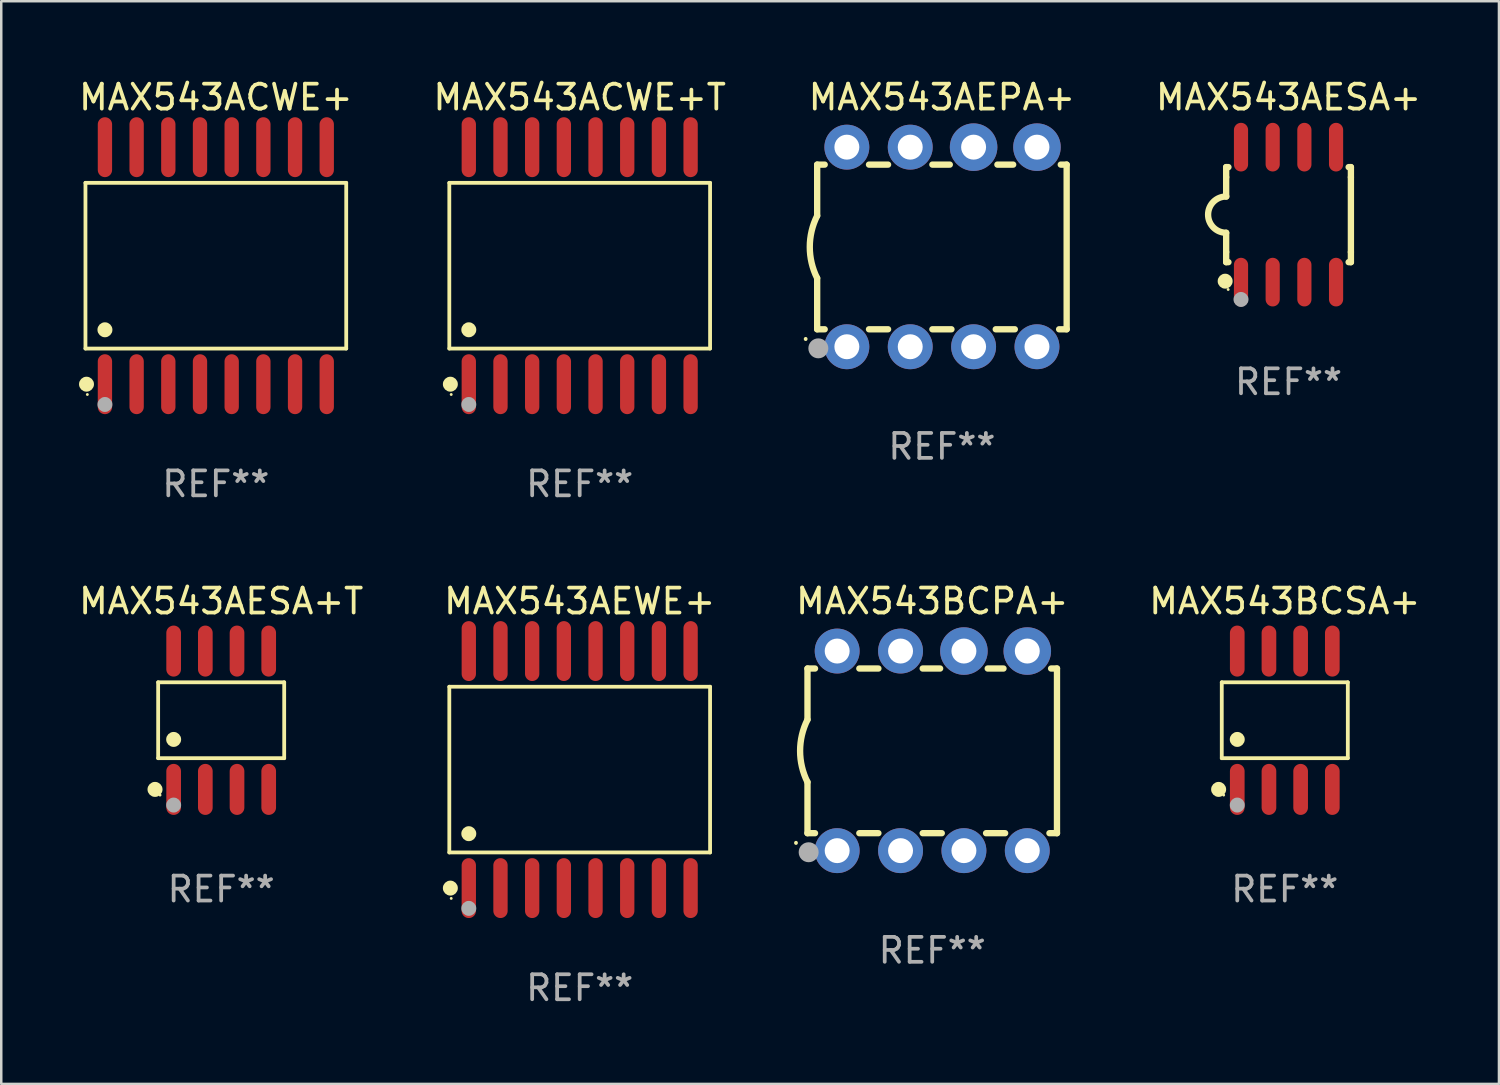
<source format=kicad_pcb>
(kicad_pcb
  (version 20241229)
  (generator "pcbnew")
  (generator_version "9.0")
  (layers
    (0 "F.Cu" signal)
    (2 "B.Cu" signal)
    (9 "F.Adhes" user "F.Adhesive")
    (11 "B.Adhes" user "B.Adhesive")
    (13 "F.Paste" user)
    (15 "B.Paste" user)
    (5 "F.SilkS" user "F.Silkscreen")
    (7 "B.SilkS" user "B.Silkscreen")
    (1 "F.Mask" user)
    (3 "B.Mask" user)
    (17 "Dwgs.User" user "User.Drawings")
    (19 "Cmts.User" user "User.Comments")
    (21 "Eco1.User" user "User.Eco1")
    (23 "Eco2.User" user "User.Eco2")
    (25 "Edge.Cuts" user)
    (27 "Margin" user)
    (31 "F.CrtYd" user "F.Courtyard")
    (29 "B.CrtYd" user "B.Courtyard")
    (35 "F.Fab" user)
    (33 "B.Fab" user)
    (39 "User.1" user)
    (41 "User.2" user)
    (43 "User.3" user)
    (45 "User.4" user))
  (footprint "MAX543ACWE+"
    (layer "F.Cu")
    (at 5.601 7.599)
    (property "Reference" "MAX543ACWE+" (at 0 -6.75 0) (layer "F.SilkS") (effects (font (size 1 1) (thickness 0.15))))
    (attr through_hole)
    (fp_line (start -5.226 -3.321) (end 5.226 -3.321) (stroke (width 0.152) (type solid)) (layer "F.SilkS"))
    (fp_line (start -5.226 3.321) (end -5.226 -3.321) (stroke (width 0.152) (type solid)) (layer "F.SilkS"))
    (fp_line (start 5.226 -3.321) (end 5.226 3.321) (stroke (width 0.152) (type solid)) (layer "F.SilkS"))
    (fp_line (start 5.226 3.321) (end -5.226 3.321) (stroke (width 0.152) (type solid)) (layer "F.SilkS"))
    (fp_circle (center -5.184 4.75) (end -5.034 4.75) (stroke (width 0.3) (type solid)) (fill no) (layer "F.SilkS"))
    (fp_circle (center -5.15 5.163) (end -5.12 5.163) (stroke (width 0.06) (type solid)) (fill no) (layer "F.SilkS"))
    (fp_circle (center -4.445 2.569) (end -4.295 2.569) (stroke (width 0.3) (type solid)) (fill no) (layer "F.SilkS"))
    (fp_circle (center -4.445 5.563) (end -4.295 5.563) (stroke (width 0.3) (type solid)) (fill no) (layer "F.Fab"))
    (fp_text user "REF**" (at 0 8.75 0) (layer "F.Fab") (effects (font (size 1 1) (thickness 0.15))))
    (pad "1" smd oval (at -4.445 4.75) (size 0.574 2.401) (layers "F.Cu" "F.Mask" "F.Paste"))
    (pad "2" smd oval (at -3.175 4.75) (size 0.574 2.401) (layers "F.Cu" "F.Mask" "F.Paste"))
    (pad "3" smd oval (at -1.905 4.75) (size 0.574 2.401) (layers "F.Cu" "F.Mask" "F.Paste"))
    (pad "4" smd oval (at -0.635 4.75) (size 0.574 2.401) (layers "F.Cu" "F.Mask" "F.Paste"))
    (pad "5" smd oval (at 0.635 4.75) (size 0.574 2.401) (layers "F.Cu" "F.Mask" "F.Paste"))
    (pad "6" smd oval (at 1.905 4.75) (size 0.574 2.401) (layers "F.Cu" "F.Mask" "F.Paste"))
    (pad "7" smd oval (at 3.175 4.75) (size 0.574 2.401) (layers "F.Cu" "F.Mask" "F.Paste"))
    (pad "8" smd oval (at 4.445 4.75) (size 0.574 2.401) (layers "F.Cu" "F.Mask" "F.Paste"))
    (pad "9" smd oval (at 4.445 -4.75) (size 0.574 2.401) (layers "F.Cu" "F.Mask" "F.Paste"))
    (pad "10" smd oval (at 3.175 -4.75) (size 0.574 2.401) (layers "F.Cu" "F.Mask" "F.Paste"))
    (pad "11" smd oval (at 1.905 -4.75) (size 0.574 2.401) (layers "F.Cu" "F.Mask" "F.Paste"))
    (pad "12" smd oval (at 0.635 -4.75) (size 0.574 2.401) (layers "F.Cu" "F.Mask" "F.Paste"))
    (pad "13" smd oval (at -0.635 -4.75) (size 0.574 2.401) (layers "F.Cu" "F.Mask" "F.Paste"))
    (pad "14" smd oval (at -1.905 -4.75) (size 0.574 2.401) (layers "F.Cu" "F.Mask" "F.Paste"))
    (pad "15" smd oval (at -3.175 -4.75) (size 0.574 2.401) (layers "F.Cu" "F.Mask" "F.Paste"))
    (pad "16" smd oval (at -4.445 -4.75) (size 0.574 2.401) (layers "F.Cu" "F.Mask" "F.Paste")))
  (footprint "MAX543AESA+"
    (layer "F.Cu")
    (at 48.596 5.553)
    (property "Reference" "MAX543AESA+" (at 0 -4.705 0) (layer "F.SilkS") (effects (font (size 1 1) (thickness 0.15))))
    (attr through_hole)
    (fp_line (start -2.5 -1.905) (end -2.409 -1.905) (stroke (width 0.254) (type solid)) (layer "F.SilkS"))
    (fp_line (start -2.5 -1.5) (end -2.5 -1.905) (stroke (width 0.254) (type solid)) (layer "F.SilkS"))
    (fp_line (start -2.5 -1.5) (end -2.5 -0.726) (stroke (width 0.254) (type solid)) (layer "F.SilkS"))
    (fp_line (start -2.5 1.5) (end -2.5 0.727) (stroke (width 0.254) (type solid)) (layer "F.SilkS"))
    (fp_line (start -2.5 1.5) (end -2.5 1.905) (stroke (width 0.254) (type solid)) (layer "F.SilkS"))
    (fp_line (start -2.5 1.905) (end -2.409 1.905) (stroke (width 0.254) (type solid)) (layer "F.SilkS"))
    (fp_line (start 2.5 -1.905) (end 2.409 -1.905) (stroke (width 0.254) (type solid)) (layer "F.SilkS"))
    (fp_line (start 2.5 -1.5) (end 2.5 -1.905) (stroke (width 0.254) (type solid)) (layer "F.SilkS"))
    (fp_line (start 2.5 -1.5) (end 2.5 1.5) (stroke (width 0.254) (type solid)) (layer "F.SilkS"))
    (fp_line (start 2.5 1.5) (end 2.5 1.905) (stroke (width 0.254) (type solid)) (layer "F.SilkS"))
    (fp_line (start 2.5 1.905) (end 2.409 1.905) (stroke (width 0.254) (type solid)) (layer "F.SilkS"))
    (fp_arc (start -2.5 0.726568) (mid -3.220316 -0.0023) (end -2.495097 -0.726289) (stroke (width 0.254001) (type solid)) (layer "F.SilkS"))
    (fp_circle (center -2.54 2.667) (end -2.39 2.667) (stroke (width 0.3) (type solid)) (fill no) (layer "F.SilkS"))
    (fp_circle (center -2.42 3) (end -2.39 3) (stroke (width 0.06) (type solid)) (fill no) (layer "F.SilkS"))
    (fp_circle (center -1.905 3.4) (end -1.755 3.4) (stroke (width 0.3) (type solid)) (fill no) (layer "F.Fab"))
    (fp_text user "REF**" (at 0 6.705 0) (layer "F.Fab") (effects (font (size 1 1) (thickness 0.15))))
    (pad "1" smd oval (at -1.905 2.705) (size 0.568 1.95) (layers "F.Cu" "F.Mask" "F.Paste"))
    (pad "2" smd oval (at -0.635 2.705) (size 0.568 1.95) (layers "F.Cu" "F.Mask" "F.Paste"))
    (pad "3" smd oval (at 0.635 2.705) (size 0.568 1.95) (layers "F.Cu" "F.Mask" "F.Paste"))
    (pad "4" smd oval (at 1.905 2.705) (size 0.568 1.95) (layers "F.Cu" "F.Mask" "F.Paste"))
    (pad "5" smd oval (at 1.905 -2.705) (size 0.568 1.95) (layers "F.Cu" "F.Mask" "F.Paste"))
    (pad "6" smd oval (at 0.635 -2.705) (size 0.568 1.95) (layers "F.Cu" "F.Mask" "F.Paste"))
    (pad "7" smd oval (at -0.635 -2.705) (size 0.568 1.95) (layers "F.Cu" "F.Mask" "F.Paste"))
    (pad "8" smd oval (at -1.905 -2.705) (size 0.568 1.95) (layers "F.Cu" "F.Mask" "F.Paste")))
  (footprint "MAX543ACWE+T"
    (layer "F.Cu")
    (at 20.185 7.599)
    (property "Reference" "MAX543ACWE+T" (at 0 -6.75 0) (layer "F.SilkS") (effects (font (size 1 1) (thickness 0.15))))
    (attr through_hole)
    (fp_line (start -5.226 -3.321) (end 5.226 -3.321) (stroke (width 0.152) (type solid)) (layer "F.SilkS"))
    (fp_line (start -5.226 3.321) (end -5.226 -3.321) (stroke (width 0.152) (type solid)) (layer "F.SilkS"))
    (fp_line (start 5.226 -3.321) (end 5.226 3.321) (stroke (width 0.152) (type solid)) (layer "F.SilkS"))
    (fp_line (start 5.226 3.321) (end -5.226 3.321) (stroke (width 0.152) (type solid)) (layer "F.SilkS"))
    (fp_circle (center -5.184 4.75) (end -5.034 4.75) (stroke (width 0.3) (type solid)) (fill no) (layer "F.SilkS"))
    (fp_circle (center -5.15 5.163) (end -5.12 5.163) (stroke (width 0.06) (type solid)) (fill no) (layer "F.SilkS"))
    (fp_circle (center -4.445 2.569) (end -4.295 2.569) (stroke (width 0.3) (type solid)) (fill no) (layer "F.SilkS"))
    (fp_circle (center -4.445 5.563) (end -4.295 5.563) (stroke (width 0.3) (type solid)) (fill no) (layer "F.Fab"))
    (fp_text user "REF**" (at 0 8.75 0) (layer "F.Fab") (effects (font (size 1 1) (thickness 0.15))))
    (pad "1" smd oval (at -4.445 4.75) (size 0.574 2.401) (layers "F.Cu" "F.Mask" "F.Paste"))
    (pad "2" smd oval (at -3.175 4.75) (size 0.574 2.401) (layers "F.Cu" "F.Mask" "F.Paste"))
    (pad "3" smd oval (at -1.905 4.75) (size 0.574 2.401) (layers "F.Cu" "F.Mask" "F.Paste"))
    (pad "4" smd oval (at -0.635 4.75) (size 0.574 2.401) (layers "F.Cu" "F.Mask" "F.Paste"))
    (pad "5" smd oval (at 0.635 4.75) (size 0.574 2.401) (layers "F.Cu" "F.Mask" "F.Paste"))
    (pad "6" smd oval (at 1.905 4.75) (size 0.574 2.401) (layers "F.Cu" "F.Mask" "F.Paste"))
    (pad "7" smd oval (at 3.175 4.75) (size 0.574 2.401) (layers "F.Cu" "F.Mask" "F.Paste"))
    (pad "8" smd oval (at 4.445 4.75) (size 0.574 2.401) (layers "F.Cu" "F.Mask" "F.Paste"))
    (pad "9" smd oval (at 4.445 -4.75) (size 0.574 2.401) (layers "F.Cu" "F.Mask" "F.Paste"))
    (pad "10" smd oval (at 3.175 -4.75) (size 0.574 2.401) (layers "F.Cu" "F.Mask" "F.Paste"))
    (pad "11" smd oval (at 1.905 -4.75) (size 0.574 2.401) (layers "F.Cu" "F.Mask" "F.Paste"))
    (pad "12" smd oval (at 0.635 -4.75) (size 0.574 2.401) (layers "F.Cu" "F.Mask" "F.Paste"))
    (pad "13" smd oval (at -0.635 -4.75) (size 0.574 2.401) (layers "F.Cu" "F.Mask" "F.Paste"))
    (pad "14" smd oval (at -1.905 -4.75) (size 0.574 2.401) (layers "F.Cu" "F.Mask" "F.Paste"))
    (pad "15" smd oval (at -3.175 -4.75) (size 0.574 2.401) (layers "F.Cu" "F.Mask" "F.Paste"))
    (pad "16" smd oval (at -4.445 -4.75) (size 0.574 2.401) (layers "F.Cu" "F.Mask" "F.Paste")))
  (footprint "MAX543AEWE+"
    (layer "F.Cu")
    (at 20.185 27.796)
    (property "Reference" "MAX543AEWE+" (at 0 -6.75 0) (layer "F.SilkS") (effects (font (size 1 1) (thickness 0.15))))
    (attr through_hole)
    (fp_line (start -5.226 -3.321) (end 5.226 -3.321) (stroke (width 0.152) (type solid)) (layer "F.SilkS"))
    (fp_line (start -5.226 3.321) (end -5.226 -3.321) (stroke (width 0.152) (type solid)) (layer "F.SilkS"))
    (fp_line (start 5.226 -3.321) (end 5.226 3.321) (stroke (width 0.152) (type solid)) (layer "F.SilkS"))
    (fp_line (start 5.226 3.321) (end -5.226 3.321) (stroke (width 0.152) (type solid)) (layer "F.SilkS"))
    (fp_circle (center -5.184 4.75) (end -5.034 4.75) (stroke (width 0.3) (type solid)) (fill no) (layer "F.SilkS"))
    (fp_circle (center -5.15 5.163) (end -5.12 5.163) (stroke (width 0.06) (type solid)) (fill no) (layer "F.SilkS"))
    (fp_circle (center -4.445 2.569) (end -4.295 2.569) (stroke (width 0.3) (type solid)) (fill no) (layer "F.SilkS"))
    (fp_circle (center -4.445 5.563) (end -4.295 5.563) (stroke (width 0.3) (type solid)) (fill no) (layer "F.Fab"))
    (fp_text user "REF**" (at 0 8.75 0) (layer "F.Fab") (effects (font (size 1 1) (thickness 0.15))))
    (pad "1" smd oval (at -4.445 4.75) (size 0.574 2.401) (layers "F.Cu" "F.Mask" "F.Paste"))
    (pad "2" smd oval (at -3.175 4.75) (size 0.574 2.401) (layers "F.Cu" "F.Mask" "F.Paste"))
    (pad "3" smd oval (at -1.905 4.75) (size 0.574 2.401) (layers "F.Cu" "F.Mask" "F.Paste"))
    (pad "4" smd oval (at -0.635 4.75) (size 0.574 2.401) (layers "F.Cu" "F.Mask" "F.Paste"))
    (pad "5" smd oval (at 0.635 4.75) (size 0.574 2.401) (layers "F.Cu" "F.Mask" "F.Paste"))
    (pad "6" smd oval (at 1.905 4.75) (size 0.574 2.401) (layers "F.Cu" "F.Mask" "F.Paste"))
    (pad "7" smd oval (at 3.175 4.75) (size 0.574 2.401) (layers "F.Cu" "F.Mask" "F.Paste"))
    (pad "8" smd oval (at 4.445 4.75) (size 0.574 2.401) (layers "F.Cu" "F.Mask" "F.Paste"))
    (pad "9" smd oval (at 4.445 -4.75) (size 0.574 2.401) (layers "F.Cu" "F.Mask" "F.Paste"))
    (pad "10" smd oval (at 3.175 -4.75) (size 0.574 2.401) (layers "F.Cu" "F.Mask" "F.Paste"))
    (pad "11" smd oval (at 1.905 -4.75) (size 0.574 2.401) (layers "F.Cu" "F.Mask" "F.Paste"))
    (pad "12" smd oval (at 0.635 -4.75) (size 0.574 2.401) (layers "F.Cu" "F.Mask" "F.Paste"))
    (pad "13" smd oval (at -0.635 -4.75) (size 0.574 2.401) (layers "F.Cu" "F.Mask" "F.Paste"))
    (pad "14" smd oval (at -1.905 -4.75) (size 0.574 2.401) (layers "F.Cu" "F.Mask" "F.Paste"))
    (pad "15" smd oval (at -3.175 -4.75) (size 0.574 2.401) (layers "F.Cu" "F.Mask" "F.Paste"))
    (pad "16" smd oval (at -4.445 -4.75) (size 0.574 2.401) (layers "F.Cu" "F.Mask" "F.Paste")))
  (footprint "MAX543AEPA+"
    (layer "F.Cu")
    (at 34.703 6.848)
    (property "Reference" "MAX543AEPA+" (at 0 -6 0) (layer "F.SilkS") (effects (font (size 1 1) (thickness 0.15))))
    (attr through_hole)
    (fp_line (start -5 -3.3) (end -5 -1.25) (stroke (width 0.254) (type solid)) (layer "F.SilkS"))
    (fp_line (start -5 -3.3) (end -4.698 -3.3) (stroke (width 0.254) (type solid)) (layer "F.SilkS"))
    (fp_line (start -5 3.3) (end -5 1.25) (stroke (width 0.254) (type solid)) (layer "F.SilkS"))
    (fp_line (start -5 3.3) (end -4.698 3.3) (stroke (width 0.254) (type solid)) (layer "F.SilkS"))
    (fp_line (start -2.922 -3.3) (end -2.158 -3.3) (stroke (width 0.254) (type solid)) (layer "F.SilkS"))
    (fp_line (start -2.922 3.3) (end -2.158 3.3) (stroke (width 0.254) (type solid)) (layer "F.SilkS"))
    (fp_line (start -0.382 -3.3) (end 0.316 -3.3) (stroke (width 0.254) (type solid)) (layer "F.SilkS"))
    (fp_line (start -0.382 3.3) (end 0.382 3.3) (stroke (width 0.254) (type solid)) (layer "F.SilkS"))
    (fp_line (start 2.158 3.3) (end 2.922 3.3) (stroke (width 0.254) (type solid)) (layer "F.SilkS"))
    (fp_line (start 2.224 -3.3) (end 2.856 -3.3) (stroke (width 0.254) (type solid)) (layer "F.SilkS"))
    (fp_line (start 4.698 3.3) (end 5 3.3) (stroke (width 0.254) (type solid)) (layer "F.SilkS"))
    (fp_line (start 4.764 -3.3) (end 5 -3.3) (stroke (width 0.254) (type solid)) (layer "F.SilkS"))
    (fp_line (start 5 -3.3) (end 5 3.3) (stroke (width 0.254) (type solid)) (layer "F.SilkS"))
    (fp_arc (start -5.46124 3.694259) (mid -5.461175 3.688632) (end -5.460986 3.683007) (stroke (width 0.149987) (type solid)) (layer "F.SilkS"))
    (fp_arc (start -5.00127 1.249682) (mid -5.295892 -0.000313) (end -5.000025 -1.250013) (stroke (width 0.254001) (type solid)) (layer "F.SilkS"))
    (fp_circle (center -4.795 4.237) (end -4.765 4.237) (stroke (width 0.06) (type solid)) (fill no) (layer "F.SilkS"))
    (fp_circle (center -4.953 4.064) (end -4.753 4.064) (stroke (width 0.4) (type solid)) (fill no) (layer "F.Fab"))
    (fp_text user "REF**" (at 0 8 0) (layer "F.Fab") (effects (font (size 1 1) (thickness 0.15))))
    (pad "1" thru_hole circle (at -3.81 4) (size 1.8 1.8) (drill 1) (layers "*.Cu" "*.Mask"))
    (pad "2" thru_hole circle (at -1.27 4) (size 1.8 1.8) (drill 1) (layers "*.Cu" "*.Mask"))
    (pad "3" thru_hole circle (at 1.27 4) (size 1.8 1.8) (drill 1) (layers "*.Cu" "*.Mask"))
    (pad "4" thru_hole circle (at 3.81 4) (size 1.8 1.8) (drill 1) (layers "*.Cu" "*.Mask"))
    (pad "5" thru_hole circle (at 3.81 -4) (size 1.905 1.905) (drill 1) (layers "*.Cu" "*.Mask"))
    (pad "6" thru_hole circle (at 1.27 -4) (size 1.905 1.905) (drill 1) (layers "*.Cu" "*.Mask"))
    (pad "7" thru_hole circle (at -1.27 -4) (size 1.8 1.8) (drill 1) (layers "*.Cu" "*.Mask"))
    (pad "8" thru_hole circle (at -3.81 -4) (size 1.8 1.8) (drill 1) (layers "*.Cu" "*.Mask")))
  (footprint "MAX543BCSA+"
    (layer "F.Cu")
    (at 48.446 25.818)
    (property "Reference" "MAX543BCSA+" (at 0 -4.772 0) (layer "F.SilkS") (effects (font (size 1 1) (thickness 0.15))))
    (attr through_hole)
    (fp_line (start -2.526 -1.521) (end 2.526 -1.521) (stroke (width 0.152) (type solid)) (layer "F.SilkS"))
    (fp_line (start -2.526 1.521) (end -2.526 -1.521) (stroke (width 0.152) (type solid)) (layer "F.SilkS"))
    (fp_line (start 2.526 -1.521) (end 2.526 1.521) (stroke (width 0.152) (type solid)) (layer "F.SilkS"))
    (fp_line (start 2.526 1.521) (end -2.526 1.521) (stroke (width 0.152) (type solid)) (layer "F.SilkS"))
    (fp_circle (center -2.652 2.772) (end -2.501 2.772) (stroke (width 0.3) (type solid)) (fill no) (layer "F.SilkS"))
    (fp_circle (center -2.45 3) (end -2.42 3) (stroke (width 0.06) (type solid)) (fill no) (layer "F.SilkS"))
    (fp_circle (center -1.905 0.769) (end -1.755 0.769) (stroke (width 0.3) (type solid)) (fill no) (layer "F.SilkS"))
    (fp_circle (center -1.905 3.4) (end -1.755 3.4) (stroke (width 0.3) (type solid)) (fill no) (layer "F.Fab"))
    (fp_text user "REF**" (at 0 6.772 0) (layer "F.Fab") (effects (font (size 1 1) (thickness 0.15))))
    (pad "1" smd oval (at -1.905 2.772) (size 0.588 2.045) (layers "F.Cu" "F.Mask" "F.Paste"))
    (pad "2" smd oval (at -0.635 2.772) (size 0.588 2.045) (layers "F.Cu" "F.Mask" "F.Paste"))
    (pad "3" smd oval (at 0.635 2.772) (size 0.588 2.045) (layers "F.Cu" "F.Mask" "F.Paste"))
    (pad "4" smd oval (at 1.905 2.772) (size 0.588 2.045) (layers "F.Cu" "F.Mask" "F.Paste"))
    (pad "5" smd oval (at 1.905 -2.772) (size 0.588 2.045) (layers "F.Cu" "F.Mask" "F.Paste"))
    (pad "6" smd oval (at 0.635 -2.772) (size 0.588 2.045) (layers "F.Cu" "F.Mask" "F.Paste"))
    (pad "7" smd oval (at -0.635 -2.772) (size 0.588 2.045) (layers "F.Cu" "F.Mask" "F.Paste"))
    (pad "8" smd oval (at -1.905 -2.772) (size 0.588 2.045) (layers "F.Cu" "F.Mask" "F.Paste")))
  (footprint "MAX543BCPA+"
    (layer "F.Cu")
    (at 34.315 27.045)
    (property "Reference" "MAX543BCPA+" (at 0 -6 0) (layer "F.SilkS") (effects (font (size 1 1) (thickness 0.15))))
    (attr through_hole)
    (fp_line (start -5 -3.3) (end -5 -1.25) (stroke (width 0.254) (type solid)) (layer "F.SilkS"))
    (fp_line (start -5 -3.3) (end -4.698 -3.3) (stroke (width 0.254) (type solid)) (layer "F.SilkS"))
    (fp_line (start -5 3.3) (end -5 1.25) (stroke (width 0.254) (type solid)) (layer "F.SilkS"))
    (fp_line (start -5 3.3) (end -4.698 3.3) (stroke (width 0.254) (type solid)) (layer "F.SilkS"))
    (fp_line (start -2.922 -3.3) (end -2.158 -3.3) (stroke (width 0.254) (type solid)) (layer "F.SilkS"))
    (fp_line (start -2.922 3.3) (end -2.158 3.3) (stroke (width 0.254) (type solid)) (layer "F.SilkS"))
    (fp_line (start -0.382 -3.3) (end 0.316 -3.3) (stroke (width 0.254) (type solid)) (layer "F.SilkS"))
    (fp_line (start -0.382 3.3) (end 0.382 3.3) (stroke (width 0.254) (type solid)) (layer "F.SilkS"))
    (fp_line (start 2.158 3.3) (end 2.922 3.3) (stroke (width 0.254) (type solid)) (layer "F.SilkS"))
    (fp_line (start 2.224 -3.3) (end 2.856 -3.3) (stroke (width 0.254) (type solid)) (layer "F.SilkS"))
    (fp_line (start 4.698 3.3) (end 5 3.3) (stroke (width 0.254) (type solid)) (layer "F.SilkS"))
    (fp_line (start 4.764 -3.3) (end 5 -3.3) (stroke (width 0.254) (type solid)) (layer "F.SilkS"))
    (fp_line (start 5 -3.3) (end 5 3.3) (stroke (width 0.254) (type solid)) (layer "F.SilkS"))
    (fp_arc (start -5.46124 3.694259) (mid -5.461175 3.688632) (end -5.460986 3.683007) (stroke (width 0.149987) (type solid)) (layer "F.SilkS"))
    (fp_arc (start -5.00127 1.249682) (mid -5.295892 -0.000313) (end -5.000025 -1.250013) (stroke (width 0.254001) (type solid)) (layer "F.SilkS"))
    (fp_circle (center -4.795 4.237) (end -4.765 4.237) (stroke (width 0.06) (type solid)) (fill no) (layer "F.SilkS"))
    (fp_circle (center -4.953 4.064) (end -4.753 4.064) (stroke (width 0.4) (type solid)) (fill no) (layer "F.Fab"))
    (fp_text user "REF**" (at 0 8 0) (layer "F.Fab") (effects (font (size 1 1) (thickness 0.15))))
    (pad "1" thru_hole circle (at -3.81 4) (size 1.8 1.8) (drill 1) (layers "*.Cu" "*.Mask"))
    (pad "2" thru_hole circle (at -1.27 4) (size 1.8 1.8) (drill 1) (layers "*.Cu" "*.Mask"))
    (pad "3" thru_hole circle (at 1.27 4) (size 1.8 1.8) (drill 1) (layers "*.Cu" "*.Mask"))
    (pad "4" thru_hole circle (at 3.81 4) (size 1.8 1.8) (drill 1) (layers "*.Cu" "*.Mask"))
    (pad "5" thru_hole circle (at 3.81 -4) (size 1.905 1.905) (drill 1) (layers "*.Cu" "*.Mask"))
    (pad "6" thru_hole circle (at 1.27 -4) (size 1.905 1.905) (drill 1) (layers "*.Cu" "*.Mask"))
    (pad "7" thru_hole circle (at -1.27 -4) (size 1.8 1.8) (drill 1) (layers "*.Cu" "*.Mask"))
    (pad "8" thru_hole circle (at -3.81 -4) (size 1.8 1.8) (drill 1) (layers "*.Cu" "*.Mask")))
  (footprint "MAX543AESA+T"
    (layer "F.Cu")
    (at 5.815 25.818)
    (property "Reference" "MAX543AESA+T" (at 0 -4.772 0) (layer "F.SilkS") (effects (font (size 1 1) (thickness 0.15))))
    (attr through_hole)
    (fp_line (start -2.526 -1.521) (end 2.526 -1.521) (stroke (width 0.152) (type solid)) (layer "F.SilkS"))
    (fp_line (start -2.526 1.521) (end -2.526 -1.521) (stroke (width 0.152) (type solid)) (layer "F.SilkS"))
    (fp_line (start 2.526 -1.521) (end 2.526 1.521) (stroke (width 0.152) (type solid)) (layer "F.SilkS"))
    (fp_line (start 2.526 1.521) (end -2.526 1.521) (stroke (width 0.152) (type solid)) (layer "F.SilkS"))
    (fp_circle (center -2.652 2.772) (end -2.501 2.772) (stroke (width 0.3) (type solid)) (fill no) (layer "F.SilkS"))
    (fp_circle (center -2.45 3) (end -2.42 3) (stroke (width 0.06) (type solid)) (fill no) (layer "F.SilkS"))
    (fp_circle (center -1.905 0.769) (end -1.755 0.769) (stroke (width 0.3) (type solid)) (fill no) (layer "F.SilkS"))
    (fp_circle (center -1.905 3.4) (end -1.755 3.4) (stroke (width 0.3) (type solid)) (fill no) (layer "F.Fab"))
    (fp_text user "REF**" (at 0 6.772 0) (layer "F.Fab") (effects (font (size 1 1) (thickness 0.15))))
    (pad "1" smd oval (at -1.905 2.772) (size 0.588 2.045) (layers "F.Cu" "F.Mask" "F.Paste"))
    (pad "2" smd oval (at -0.635 2.772) (size 0.588 2.045) (layers "F.Cu" "F.Mask" "F.Paste"))
    (pad "3" smd oval (at 0.635 2.772) (size 0.588 2.045) (layers "F.Cu" "F.Mask" "F.Paste"))
    (pad "4" smd oval (at 1.905 2.772) (size 0.588 2.045) (layers "F.Cu" "F.Mask" "F.Paste"))
    (pad "5" smd oval (at 1.905 -2.772) (size 0.588 2.045) (layers "F.Cu" "F.Mask" "F.Paste"))
    (pad "6" smd oval (at 0.635 -2.772) (size 0.588 2.045) (layers "F.Cu" "F.Mask" "F.Paste"))
    (pad "7" smd oval (at -0.635 -2.772) (size 0.588 2.045) (layers "F.Cu" "F.Mask" "F.Paste"))
    (pad "8" smd oval (at -1.905 -2.772) (size 0.588 2.045) (layers "F.Cu" "F.Mask" "F.Paste")))
  (gr_rect
    (start -3 -3)
    (end 57.03 40.394)
    (stroke (width 0.1) (type default))
    (fill no)
    (layer "Edge.Cuts")))
</source>
